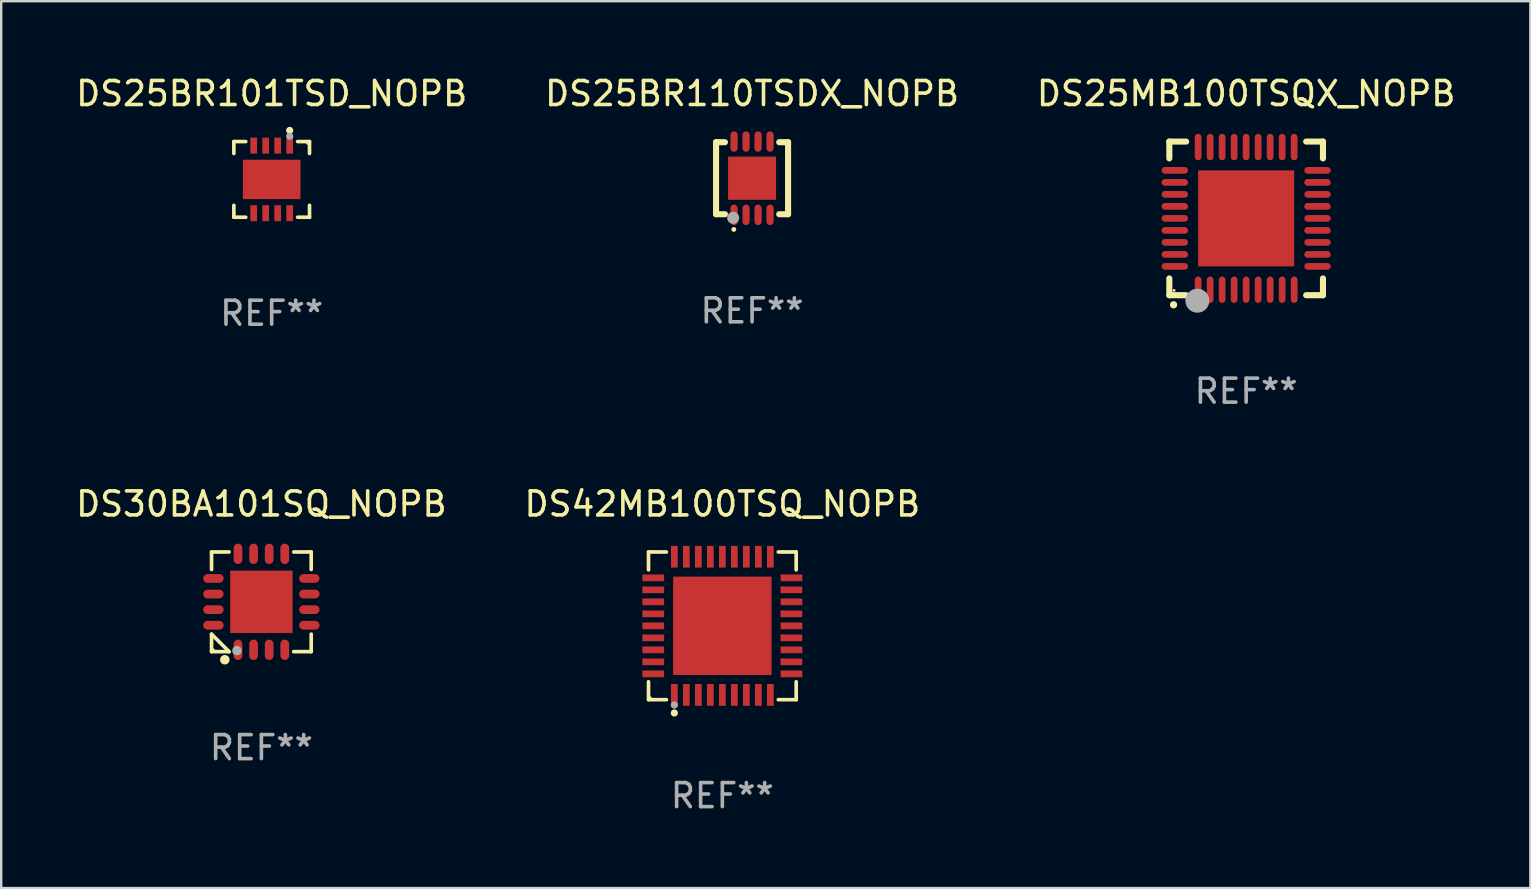
<source format=kicad_pcb>
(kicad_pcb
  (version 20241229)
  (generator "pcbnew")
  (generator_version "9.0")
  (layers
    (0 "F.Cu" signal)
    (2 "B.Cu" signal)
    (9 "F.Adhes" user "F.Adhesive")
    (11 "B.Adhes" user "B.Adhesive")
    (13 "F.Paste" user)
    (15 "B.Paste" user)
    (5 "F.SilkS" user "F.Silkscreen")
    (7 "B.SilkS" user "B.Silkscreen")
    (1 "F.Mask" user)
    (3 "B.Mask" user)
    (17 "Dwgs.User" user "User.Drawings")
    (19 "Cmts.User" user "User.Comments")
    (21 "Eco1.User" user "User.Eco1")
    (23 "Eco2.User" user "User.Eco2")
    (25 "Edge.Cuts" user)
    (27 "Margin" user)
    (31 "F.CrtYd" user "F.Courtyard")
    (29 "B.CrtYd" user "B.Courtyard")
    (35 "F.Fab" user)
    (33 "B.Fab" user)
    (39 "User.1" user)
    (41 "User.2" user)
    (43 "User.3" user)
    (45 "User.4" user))
  (footprint "DS25BR110TSDX_NOPB"
    (layer "F.Cu")
    (at 28.28 4.374)
    (property "Reference" "DS25BR110TSDX_NOPB" (at 0 -3.526 0) (layer "F.SilkS") (effects (font (size 1 1) (thickness 0.15))))
    (attr through_hole)
    (fp_line (start -1.5 -1.5) (end -1.131 -1.5) (stroke (width 0.254) (type solid)) (layer "F.SilkS"))
    (fp_line (start -1.5 1.5) (end -1.5 -1.5) (stroke (width 0.254) (type solid)) (layer "F.SilkS"))
    (fp_line (start -1.5 1.5) (end -1.131 1.5) (stroke (width 0.254) (type solid)) (layer "F.SilkS"))
    (fp_line (start 1.131 -1.5) (end 1.5 -1.5) (stroke (width 0.254) (type solid)) (layer "F.SilkS"))
    (fp_line (start 1.131 1.5) (end 1.5 1.5) (stroke (width 0.254) (type solid)) (layer "F.SilkS"))
    (fp_line (start 1.5 -1.5) (end 1.5 1.5) (stroke (width 0.254) (type solid)) (layer "F.SilkS"))
    (fp_arc (start -0.762002 2.133642) (mid -0.760732 2.133634) (end -0.759462 2.133642) (stroke (width 0.2) (type solid)) (layer "F.SilkS"))
    (fp_circle (center -1.5 1.5) (end -1.47 1.5) (stroke (width 0.06) (type solid)) (fill no) (layer "F.SilkS"))
    (fp_circle (center -0.787 1.651) (end -0.66 1.651) (stroke (width 0.254) (type solid)) (fill no) (layer "F.Fab"))
    (fp_text user "REF**" (at 0 5.526 0) (layer "F.Fab") (effects (font (size 1 1) (thickness 0.15))))
    (pad "1" smd oval (at -0.75 1.526) (size 0.3 0.85) (layers "F.Cu" "F.Mask" "F.Paste"))
    (pad "2" smd oval (at -0.25 1.526) (size 0.3 0.85) (layers "F.Cu" "F.Mask" "F.Paste"))
    (pad "3" smd oval (at 0.25 1.526) (size 0.3 0.85) (layers "F.Cu" "F.Mask" "F.Paste"))
    (pad "4" smd oval (at 0.75 1.526) (size 0.3 0.85) (layers "F.Cu" "F.Mask" "F.Paste"))
    (pad "5" smd oval (at 0.75 -1.526 180) (size 0.3 0.85) (layers "F.Cu" "F.Mask" "F.Paste"))
    (pad "6" smd oval (at 0.25 -1.526 180) (size 0.3 0.85) (layers "F.Cu" "F.Mask" "F.Paste"))
    (pad "7" smd oval (at -0.25 -1.526 180) (size 0.3 0.85) (layers "F.Cu" "F.Mask" "F.Paste"))
    (pad "8" smd oval (at -0.75 -1.526 180) (size 0.3 0.85) (layers "F.Cu" "F.Mask" "F.Paste"))
    (pad "9" smd rect (at 0.000051 -0.000013) (size 2 1.8) (layers "F.Cu" "F.Mask" "F.Paste")))
  (footprint "DS30BA101SQ_NOPB"
    (layer "F.Cu")
    (at 7.839 22.021)
    (property "Reference" "DS30BA101SQ_NOPB" (at 0 -4.076 0) (layer "F.SilkS") (effects (font (size 1 1) (thickness 0.15))))
    (attr through_hole)
    (fp_line (start -2.076 -2.076) (end -1.347 -2.076) (stroke (width 0.152) (type solid)) (layer "F.SilkS"))
    (fp_line (start -2.076 -1.347) (end -2.076 -2.076) (stroke (width 0.152) (type solid)) (layer "F.SilkS"))
    (fp_line (start -2.076 1.347) (end -2.076 2.076) (stroke (width 0.152) (type solid)) (layer "F.SilkS"))
    (fp_line (start -2.076 2.076) (end -1.347 2.076) (stroke (width 0.152) (type solid)) (layer "F.SilkS"))
    (fp_line (start -1.347 2.076) (end -2.076 1.347) (stroke (width 0.152) (type solid)) (layer "F.SilkS"))
    (fp_line (start 2.076 -2.076) (end 1.347 -2.076) (stroke (width 0.152) (type solid)) (layer "F.SilkS"))
    (fp_line (start 2.076 -1.347) (end 2.076 -2.076) (stroke (width 0.152) (type solid)) (layer "F.SilkS"))
    (fp_line (start 2.076 1.347) (end 2.076 2.076) (stroke (width 0.152) (type solid)) (layer "F.SilkS"))
    (fp_line (start 2.076 2.076) (end 1.347 2.076) (stroke (width 0.152) (type solid)) (layer "F.SilkS"))
    (fp_circle (center -2 2) (end -1.97 2) (stroke (width 0.06) (type solid)) (fill no) (layer "F.SilkS"))
    (fp_circle (center -1.524 2.413) (end -1.424 2.413) (stroke (width 0.2) (type solid)) (fill no) (layer "F.SilkS"))
    (fp_circle (center -1.016 2.032) (end -0.916 2.032) (stroke (width 0.2) (type solid)) (fill no) (layer "F.Fab"))
    (fp_text user "REF**" (at 0 6.076 0) (layer "F.Fab") (effects (font (size 1 1) (thickness 0.15))))
    (pad "1" smd oval (at -0.975 1.998) (size 0.364 0.847) (layers "F.Cu" "F.Mask" "F.Paste"))
    (pad "2" smd oval (at -0.325 1.998) (size 0.364 0.847) (layers "F.Cu" "F.Mask" "F.Paste"))
    (pad "3" smd oval (at 0.325 1.998) (size 0.364 0.847) (layers "F.Cu" "F.Mask" "F.Paste"))
    (pad "4" smd oval (at 0.975 1.998) (size 0.364 0.847) (layers "F.Cu" "F.Mask" "F.Paste"))
    (pad "5" smd oval (at 1.998 0.975) (size 0.847 0.364) (layers "F.Cu" "F.Mask" "F.Paste"))
    (pad "6" smd oval (at 1.998 0.325) (size 0.847 0.364) (layers "F.Cu" "F.Mask" "F.Paste"))
    (pad "7" smd oval (at 1.998 -0.325) (size 0.847 0.364) (layers "F.Cu" "F.Mask" "F.Paste"))
    (pad "8" smd oval (at 1.998 -0.975) (size 0.847 0.364) (layers "F.Cu" "F.Mask" "F.Paste"))
    (pad "9" smd oval (at 0.975 -1.999) (size 0.364 0.847) (layers "F.Cu" "F.Mask" "F.Paste"))
    (pad "10" smd oval (at 0.325 -1.999) (size 0.364 0.847) (layers "F.Cu" "F.Mask" "F.Paste"))
    (pad "11" smd oval (at -0.325 -1.999) (size 0.364 0.847) (layers "F.Cu" "F.Mask" "F.Paste"))
    (pad "12" smd oval (at -0.975 -1.999) (size 0.364 0.847) (layers "F.Cu" "F.Mask" "F.Paste"))
    (pad "13" smd oval (at -1.998 -0.975) (size 0.847 0.364) (layers "F.Cu" "F.Mask" "F.Paste"))
    (pad "14" smd oval (at -1.998 -0.325) (size 0.847 0.364) (layers "F.Cu" "F.Mask" "F.Paste"))
    (pad "15" smd oval (at -1.998 0.325) (size 0.847 0.364) (layers "F.Cu" "F.Mask" "F.Paste"))
    (pad "16" smd oval (at -1.998 0.975) (size 0.847 0.364) (layers "F.Cu" "F.Mask" "F.Paste"))
    (pad "17" smd rect (at 0 -0.000025) (size 2.6 2.6) (layers "F.Cu" "F.Mask" "F.Paste")))
  (footprint "DS25MB100TSQX_NOPB"
    (layer "F.Cu")
    (at 48.863 6.048)
    (property "Reference" "DS25MB100TSQX_NOPB" (at 0 -5.2 0) (layer "F.SilkS") (effects (font (size 1 1) (thickness 0.15))))
    (attr through_hole)
    (fp_line (start -3.2 -3.2) (end -2.5 -3.2) (stroke (width 0.254) (type solid)) (layer "F.SilkS"))
    (fp_line (start -3.2 -2.5) (end -3.2 -3.2) (stroke (width 0.254) (type solid)) (layer "F.SilkS"))
    (fp_line (start -3.2 3.2) (end -3.2 2.5) (stroke (width 0.254) (type solid)) (layer "F.SilkS"))
    (fp_line (start -2.5 3.2) (end -3.2 3.2) (stroke (width 0.254) (type solid)) (layer "F.SilkS"))
    (fp_line (start 3.2 -3.2) (end 2.5 -3.2) (stroke (width 0.254) (type solid)) (layer "F.SilkS"))
    (fp_line (start 3.2 -2.5) (end 3.2 -3.2) (stroke (width 0.254) (type solid)) (layer "F.SilkS"))
    (fp_line (start 3.2 2.5) (end 3.2 3.2) (stroke (width 0.254) (type solid)) (layer "F.SilkS"))
    (fp_line (start 3.2 3.2) (end 2.5 3.2) (stroke (width 0.254) (type solid)) (layer "F.SilkS"))
    (fp_arc (start -3.025146 3.599187) (mid -3.023876 3.599182) (end -3.022606 3.599187) (stroke (width 0.3) (type solid)) (layer "F.SilkS"))
    (fp_circle (center -3 3) (end -2.97 3) (stroke (width 0.06) (type solid)) (fill no) (layer "F.SilkS"))
    (fp_circle (center -2.032 3.429) (end -1.782 3.429) (stroke (width 0.5) (type solid)) (fill no) (layer "F.Fab"))
    (fp_text user "REF**" (at 0 7.2 0) (layer "F.Fab") (effects (font (size 1 1) (thickness 0.15))))
    (pad "1" smd oval (at -2 2.972) (size 0.28 1.1) (layers "F.Cu" "F.Mask" "F.Paste"))
    (pad "2" smd oval (at -1.5 2.972) (size 0.28 1.1) (layers "F.Cu" "F.Mask" "F.Paste"))
    (pad "3" smd oval (at -1 2.972) (size 0.28 1.1) (layers "F.Cu" "F.Mask" "F.Paste"))
    (pad "4" smd oval (at -0.5 2.972) (size 0.28 1.1) (layers "F.Cu" "F.Mask" "F.Paste"))
    (pad "5" smd oval (at 0.000102 2.972) (size 0.28 1.1) (layers "F.Cu" "F.Mask" "F.Paste"))
    (pad "6" smd oval (at 0.5 2.972) (size 0.28 1.1) (layers "F.Cu" "F.Mask" "F.Paste"))
    (pad "7" smd oval (at 1 2.972) (size 0.28 1.1) (layers "F.Cu" "F.Mask" "F.Paste"))
    (pad "8" smd oval (at 1.5 2.972) (size 0.28 1.1) (layers "F.Cu" "F.Mask" "F.Paste"))
    (pad "9" smd oval (at 2 2.972) (size 0.28 1.1) (layers "F.Cu" "F.Mask" "F.Paste"))
    (pad "10" smd oval (at 2.972 2 90) (size 0.28 1.1) (layers "F.Cu" "F.Mask" "F.Paste"))
    (pad "11" smd oval (at 2.972 1.5 90) (size 0.28 1.1) (layers "F.Cu" "F.Mask" "F.Paste"))
    (pad "12" smd oval (at 2.972 1 90) (size 0.28 1.1) (layers "F.Cu" "F.Mask" "F.Paste"))
    (pad "13" smd oval (at 2.972 0.5 90) (size 0.28 1.1) (layers "F.Cu" "F.Mask" "F.Paste"))
    (pad "14" smd oval (at 2.972 0.000102 90) (size 0.28 1.1) (layers "F.Cu" "F.Mask" "F.Paste"))
    (pad "15" smd oval (at 2.972 -0.5 90) (size 0.28 1.1) (layers "F.Cu" "F.Mask" "F.Paste"))
    (pad "16" smd oval (at 2.972 -1 90) (size 0.28 1.1) (layers "F.Cu" "F.Mask" "F.Paste"))
    (pad "17" smd oval (at 2.972 -1.5 90) (size 0.28 1.1) (layers "F.Cu" "F.Mask" "F.Paste"))
    (pad "18" smd oval (at 2.972 -2 90) (size 0.28 1.1) (layers "F.Cu" "F.Mask" "F.Paste"))
    (pad "19" smd oval (at 2 -2.972 180) (size 0.28 1.1) (layers "F.Cu" "F.Mask" "F.Paste"))
    (pad "20" smd oval (at 1.5 -2.972 180) (size 0.28 1.1) (layers "F.Cu" "F.Mask" "F.Paste"))
    (pad "21" smd oval (at 1 -2.972 180) (size 0.28 1.1) (layers "F.Cu" "F.Mask" "F.Paste"))
    (pad "22" smd oval (at 0.5 -2.972 180) (size 0.28 1.1) (layers "F.Cu" "F.Mask" "F.Paste"))
    (pad "23" smd oval (at 0.000102 -2.972 180) (size 0.28 1.1) (layers "F.Cu" "F.Mask" "F.Paste"))
    (pad "24" smd oval (at -0.5 -2.972 180) (size 0.28 1.1) (layers "F.Cu" "F.Mask" "F.Paste"))
    (pad "25" smd oval (at -1 -2.972 180) (size 0.28 1.1) (layers "F.Cu" "F.Mask" "F.Paste"))
    (pad "26" smd oval (at -1.5 -2.972 180) (size 0.28 1.1) (layers "F.Cu" "F.Mask" "F.Paste"))
    (pad "27" smd oval (at -2 -2.972 180) (size 0.28 1.1) (layers "F.Cu" "F.Mask" "F.Paste"))
    (pad "28" smd oval (at -2.972 -2 270) (size 0.28 1.1) (layers "F.Cu" "F.Mask" "F.Paste"))
    (pad "29" smd oval (at -2.972 -1.5 270) (size 0.28 1.1) (layers "F.Cu" "F.Mask" "F.Paste"))
    (pad "30" smd oval (at -2.972 -1 270) (size 0.28 1.1) (layers "F.Cu" "F.Mask" "F.Paste"))
    (pad "31" smd oval (at -2.972 -0.5 270) (size 0.28 1.1) (layers "F.Cu" "F.Mask" "F.Paste"))
    (pad "32" smd oval (at -2.972 0.000102 270) (size 0.28 1.1) (layers "F.Cu" "F.Mask" "F.Paste"))
    (pad "33" smd oval (at -2.972 0.5 270) (size 0.28 1.1) (layers "F.Cu" "F.Mask" "F.Paste"))
    (pad "34" smd oval (at -2.972 1 270) (size 0.28 1.1) (layers "F.Cu" "F.Mask" "F.Paste"))
    (pad "35" smd oval (at -2.972 1.5 270) (size 0.28 1.1) (layers "F.Cu" "F.Mask" "F.Paste"))
    (pad "36" smd oval (at -2.972 2 270) (size 0.28 1.1) (layers "F.Cu" "F.Mask" "F.Paste"))
    (pad "37" smd rect (at 0.000102 0.000102) (size 4 4) (layers "F.Cu" "F.Mask" "F.Paste")))
  (footprint "DS25BR101TSD_NOPB"
    (layer "F.Cu")
    (at 8.268 4.424)
    (property "Reference" "DS25BR101TSD_NOPB" (at 0 -3.576 0) (layer "F.SilkS") (effects (font (size 1 1) (thickness 0.15))))
    (attr through_hole)
    (fp_line (start -1.576 -1.576) (end -1.08 -1.576) (stroke (width 0.152) (type solid)) (layer "F.SilkS"))
    (fp_line (start -1.576 -1.08) (end -1.576 -1.576) (stroke (width 0.152) (type solid)) (layer "F.SilkS"))
    (fp_line (start -1.576 1.08) (end -1.576 1.576) (stroke (width 0.152) (type solid)) (layer "F.SilkS"))
    (fp_line (start -1.576 1.576) (end -1.08 1.576) (stroke (width 0.152) (type solid)) (layer "F.SilkS"))
    (fp_line (start 1.576 -1.576) (end 1.08 -1.576) (stroke (width 0.152) (type solid)) (layer "F.SilkS"))
    (fp_line (start 1.576 -1.08) (end 1.576 -1.576) (stroke (width 0.152) (type solid)) (layer "F.SilkS"))
    (fp_line (start 1.576 1.08) (end 1.576 1.576) (stroke (width 0.152) (type solid)) (layer "F.SilkS"))
    (fp_line (start 1.576 1.576) (end 1.08 1.576) (stroke (width 0.152) (type solid)) (layer "F.SilkS"))
    (fp_circle (center 0.75 -2.04) (end 0.825 -2.04) (stroke (width 0.15) (type solid)) (fill no) (layer "F.SilkS"))
    (fp_circle (center 1.5 -1.5) (end 1.53 -1.5) (stroke (width 0.06) (type solid)) (fill no) (layer "F.SilkS"))
    (fp_circle (center 0.75 -1.8) (end 0.825 -1.8) (stroke (width 0.15) (type solid)) (fill no) (layer "F.Fab"))
    (fp_text user "REF**" (at 0 5.576 0) (layer "F.Fab") (effects (font (size 1 1) (thickness 0.15))))
    (pad "1" smd rect (at 0.75 -1.408 180) (size 0.28 0.665) (layers "F.Cu" "F.Mask" "F.Paste"))
    (pad "2" smd rect (at 0.25 -1.408 180) (size 0.28 0.665) (layers "F.Cu" "F.Mask" "F.Paste"))
    (pad "3" smd rect (at -0.25 -1.408 180) (size 0.28 0.665) (layers "F.Cu" "F.Mask" "F.Paste"))
    (pad "4" smd rect (at -0.75 -1.408 180) (size 0.28 0.665) (layers "F.Cu" "F.Mask" "F.Paste"))
    (pad "5" smd rect (at 0.75 1.407 180) (size 0.28 0.665) (layers "F.Cu" "F.Mask" "F.Paste"))
    (pad "6" smd rect (at 0.25 1.407 180) (size 0.28 0.665) (layers "F.Cu" "F.Mask" "F.Paste"))
    (pad "7" smd rect (at -0.25 1.407 180) (size 0.28 0.665) (layers "F.Cu" "F.Mask" "F.Paste"))
    (pad "8" smd rect (at -0.75 1.407 180) (size 0.28 0.665) (layers "F.Cu" "F.Mask" "F.Paste"))
    (pad "9" smd rect (at 0 0) (size 2.4 1.64) (layers "F.Cu" "F.Mask" "F.Paste")))
  (footprint "DS42MB100TSQ_NOPB"
    (layer "F.Cu")
    (at 27.042 23.021)
    (property "Reference" "DS42MB100TSQ_NOPB" (at 0 -5.076 0) (layer "F.SilkS") (effects (font (size 1 1) (thickness 0.15))))
    (attr through_hole)
    (fp_line (start -3.076 -3.076) (end -2.331 -3.076) (stroke (width 0.152) (type solid)) (layer "F.SilkS"))
    (fp_line (start -3.076 -2.331) (end -3.076 -3.076) (stroke (width 0.152) (type solid)) (layer "F.SilkS"))
    (fp_line (start -3.076 2.331) (end -3.076 3.076) (stroke (width 0.152) (type solid)) (layer "F.SilkS"))
    (fp_line (start -3.076 3.076) (end -2.331 3.076) (stroke (width 0.152) (type solid)) (layer "F.SilkS"))
    (fp_line (start 3.076 -3.076) (end 2.331 -3.076) (stroke (width 0.152) (type solid)) (layer "F.SilkS"))
    (fp_line (start 3.076 -2.331) (end 3.076 -3.076) (stroke (width 0.152) (type solid)) (layer "F.SilkS"))
    (fp_line (start 3.076 2.331) (end 3.076 3.076) (stroke (width 0.152) (type solid)) (layer "F.SilkS"))
    (fp_line (start 3.076 3.076) (end 2.331 3.076) (stroke (width 0.152) (type solid)) (layer "F.SilkS"))
    (fp_circle (center -3 3) (end -2.97 3) (stroke (width 0.06) (type solid)) (fill no) (layer "F.SilkS"))
    (fp_circle (center -2 3.63) (end -1.925 3.63) (stroke (width 0.15) (type solid)) (fill no) (layer "F.SilkS"))
    (fp_circle (center -2 3.3) (end -1.925 3.3) (stroke (width 0.15) (type solid)) (fill no) (layer "F.Fab"))
    (fp_text user "REF**" (at 0 7.076 0) (layer "F.Fab") (effects (font (size 1 1) (thickness 0.15))))
    (pad "1" smd rect (at -2 2.878) (size 0.28 0.905) (layers "F.Cu" "F.Mask" "F.Paste"))
    (pad "2" smd rect (at -1.5 2.878) (size 0.28 0.905) (layers "F.Cu" "F.Mask" "F.Paste"))
    (pad "3" smd rect (at -1 2.878) (size 0.28 0.905) (layers "F.Cu" "F.Mask" "F.Paste"))
    (pad "4" smd rect (at -0.5 2.878) (size 0.28 0.905) (layers "F.Cu" "F.Mask" "F.Paste"))
    (pad "5" smd rect (at 0 2.878) (size 0.28 0.905) (layers "F.Cu" "F.Mask" "F.Paste"))
    (pad "6" smd rect (at 0.5 2.878) (size 0.28 0.905) (layers "F.Cu" "F.Mask" "F.Paste"))
    (pad "7" smd rect (at 1 2.878) (size 0.28 0.905) (layers "F.Cu" "F.Mask" "F.Paste"))
    (pad "8" smd rect (at 1.5 2.878) (size 0.28 0.905) (layers "F.Cu" "F.Mask" "F.Paste"))
    (pad "9" smd rect (at 2 2.878) (size 0.28 0.905) (layers "F.Cu" "F.Mask" "F.Paste"))
    (pad "10" smd rect (at 2.878 2) (size 0.905 0.28) (layers "F.Cu" "F.Mask" "F.Paste"))
    (pad "11" smd rect (at 2.878 1.5) (size 0.905 0.28) (layers "F.Cu" "F.Mask" "F.Paste"))
    (pad "12" smd rect (at 2.878 1) (size 0.905 0.28) (layers "F.Cu" "F.Mask" "F.Paste"))
    (pad "13" smd rect (at 2.878 0.5) (size 0.905 0.28) (layers "F.Cu" "F.Mask" "F.Paste"))
    (pad "14" smd rect (at 2.878 0) (size 0.905 0.28) (layers "F.Cu" "F.Mask" "F.Paste"))
    (pad "15" smd rect (at 2.878 -0.5) (size 0.905 0.28) (layers "F.Cu" "F.Mask" "F.Paste"))
    (pad "16" smd rect (at 2.878 -1) (size 0.905 0.28) (layers "F.Cu" "F.Mask" "F.Paste"))
    (pad "17" smd rect (at 2.878 -1.5) (size 0.905 0.28) (layers "F.Cu" "F.Mask" "F.Paste"))
    (pad "18" smd rect (at 2.878 -2) (size 0.905 0.28) (layers "F.Cu" "F.Mask" "F.Paste"))
    (pad "19" smd rect (at 2 -2.878) (size 0.28 0.905) (layers "F.Cu" "F.Mask" "F.Paste"))
    (pad "20" smd rect (at 1.5 -2.878) (size 0.28 0.905) (layers "F.Cu" "F.Mask" "F.Paste"))
    (pad "21" smd rect (at 1 -2.878) (size 0.28 0.905) (layers "F.Cu" "F.Mask" "F.Paste"))
    (pad "22" smd rect (at 0.5 -2.878) (size 0.28 0.905) (layers "F.Cu" "F.Mask" "F.Paste"))
    (pad "23" smd rect (at 0 -2.878) (size 0.28 0.905) (layers "F.Cu" "F.Mask" "F.Paste"))
    (pad "24" smd rect (at -0.5 -2.878) (size 0.28 0.905) (layers "F.Cu" "F.Mask" "F.Paste"))
    (pad "25" smd rect (at -1 -2.878) (size 0.28 0.905) (layers "F.Cu" "F.Mask" "F.Paste"))
    (pad "26" smd rect (at -1.5 -2.878) (size 0.28 0.905) (layers "F.Cu" "F.Mask" "F.Paste"))
    (pad "27" smd rect (at -2 -2.878) (size 0.28 0.905) (layers "F.Cu" "F.Mask" "F.Paste"))
    (pad "28" smd rect (at -2.878 -2) (size 0.905 0.28) (layers "F.Cu" "F.Mask" "F.Paste"))
    (pad "29" smd rect (at -2.878 -1.5) (size 0.905 0.28) (layers "F.Cu" "F.Mask" "F.Paste"))
    (pad "30" smd rect (at -2.878 -1) (size 0.905 0.28) (layers "F.Cu" "F.Mask" "F.Paste"))
    (pad "31" smd rect (at -2.878 -0.5) (size 0.905 0.28) (layers "F.Cu" "F.Mask" "F.Paste"))
    (pad "32" smd rect (at -2.878 0) (size 0.905 0.28) (layers "F.Cu" "F.Mask" "F.Paste"))
    (pad "33" smd rect (at -2.878 0.5) (size 0.905 0.28) (layers "F.Cu" "F.Mask" "F.Paste"))
    (pad "34" smd rect (at -2.878 1) (size 0.905 0.28) (layers "F.Cu" "F.Mask" "F.Paste"))
    (pad "35" smd rect (at -2.878 1.5) (size 0.905 0.28) (layers "F.Cu" "F.Mask" "F.Paste"))
    (pad "36" smd rect (at -2.878 2) (size 0.905 0.28) (layers "F.Cu" "F.Mask" "F.Paste"))
    (pad "37" smd rect (at 0 0) (size 4.1 4.1) (layers "F.Cu" "F.Mask" "F.Paste")))
  (gr_rect
    (start -3 -3)
    (end 60.702 33.945)
    (stroke (width 0.1) (type default))
    (fill no)
    (layer "Edge.Cuts")))
</source>
